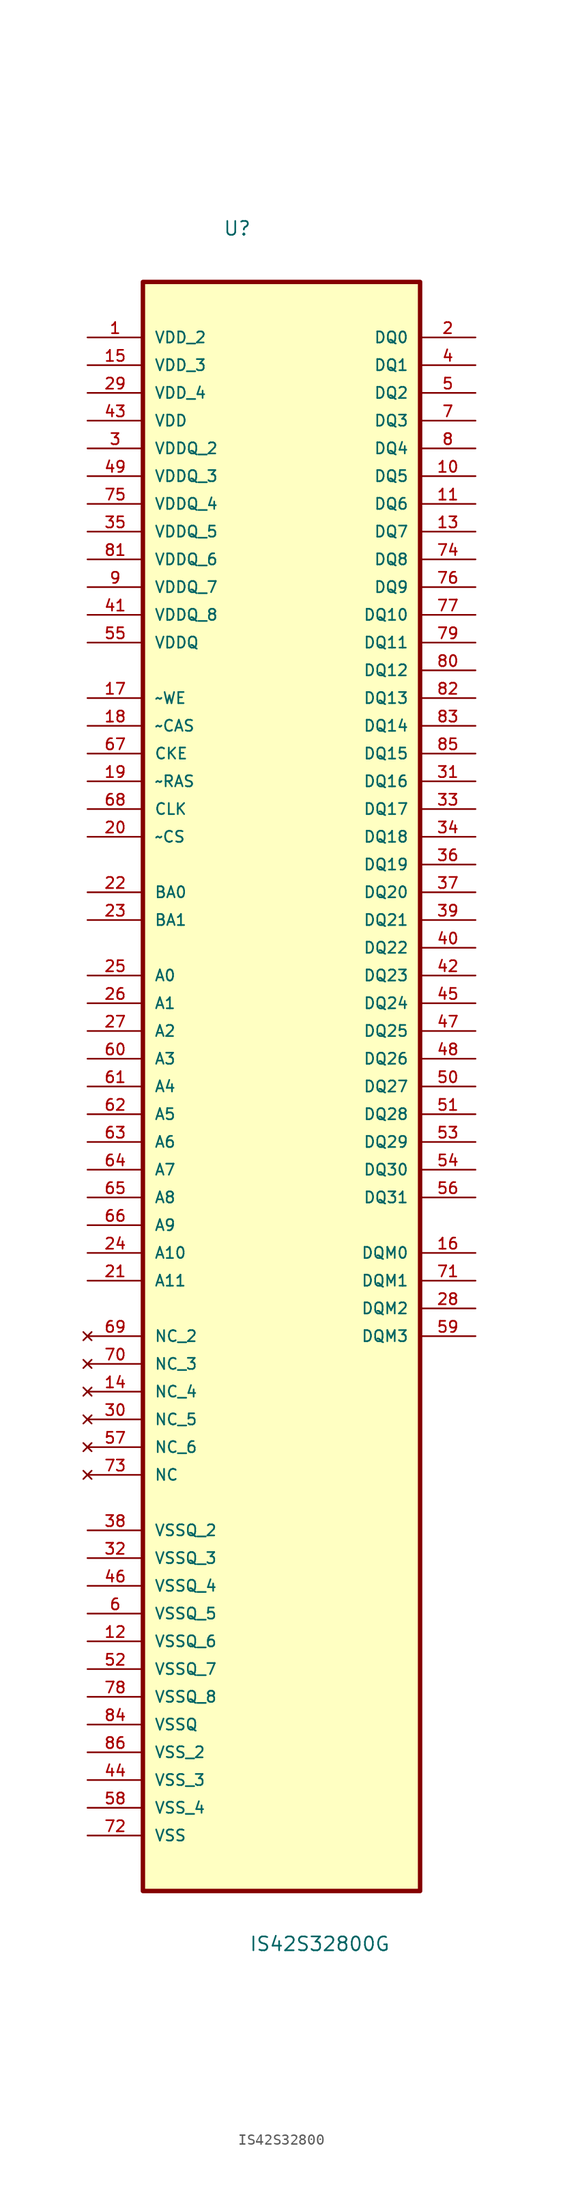
<source format=kicad_sym>
(kicad_symbol_lib
  (version 20231120)
  (generator "kicad_symbol_editor")
  (generator_version "8.0")
  (symbol "IS42S32800"
    (pin_names
      (offset 1.016))
    (property "Reference" "U"
      (at -5.367 75.27 0)
      (effects (font (size 1.27 1.27)) (justify left bottom)))
    (property "Value" "IS42S32800G"
      (at -2.977 -81.79 0)
      (effects (font (size 1.27 1.27)) (justify left bottom)))
    (symbol "IS42S32800_0_0"
      (rectangle (start -12.7 -76.2) (end 12.7 71.12) (stroke (width 0.406) (type default)) (fill (type background)))
      (pin power_in line (at -17.78 66.04 0) (length 5.08) (name "VDD_2" (effects (font (size 1.016 1.016)))) (number "1" (effects (font (size 1.016 1.016)))))
      (pin bidirectional line (at 17.78 53.34 180) (length 5.08) (name "DQ5" (effects (font (size 1.016 1.016)))) (number "10" (effects (font (size 1.016 1.016)))))
      (pin bidirectional line (at 17.78 50.8 180) (length 5.08) (name "DQ6" (effects (font (size 1.016 1.016)))) (number "11" (effects (font (size 1.016 1.016)))))
      (pin power_in line (at -17.78 -53.34 0) (length 5.08) (name "VSSQ_6" (effects (font (size 1.016 1.016)))) (number "12" (effects (font (size 1.016 1.016)))))
      (pin bidirectional line (at 17.78 48.26 180) (length 5.08) (name "DQ7" (effects (font (size 1.016 1.016)))) (number "13" (effects (font (size 1.016 1.016)))))
      (pin no_connect line (at -17.78 -30.48 0) (length 5.08) (name "NC_4" (effects (font (size 1.016 1.016)))) (number "14" (effects (font (size 1.016 1.016)))))
      (pin power_in line (at -17.78 63.5 0) (length 5.08) (name "VDD_3" (effects (font (size 1.016 1.016)))) (number "15" (effects (font (size 1.016 1.016)))))
      (pin bidirectional line (at 17.78 -17.78 180) (length 5.08) (name "DQM0" (effects (font (size 1.016 1.016)))) (number "16" (effects (font (size 1.016 1.016)))))
      (pin input line (at -17.78 33.02 0) (length 5.08) (name "~WE" (effects (font (size 1.016 1.016)))) (number "17" (effects (font (size 1.016 1.016)))))
      (pin input line (at -17.78 30.48 0) (length 5.08) (name "~CAS" (effects (font (size 1.016 1.016)))) (number "18" (effects (font (size 1.016 1.016)))))
      (pin input line (at -17.78 25.4 0) (length 5.08) (name "~RAS" (effects (font (size 1.016 1.016)))) (number "19" (effects (font (size 1.016 1.016)))))
      (pin bidirectional line (at 17.78 66.04 180) (length 5.08) (name "DQ0" (effects (font (size 1.016 1.016)))) (number "2" (effects (font (size 1.016 1.016)))))
      (pin input line (at -17.78 20.32 0) (length 5.08) (name "~CS" (effects (font (size 1.016 1.016)))) (number "20" (effects (font (size 1.016 1.016)))))
      (pin input line (at -17.78 -20.32 0) (length 5.08) (name "A11" (effects (font (size 1.016 1.016)))) (number "21" (effects (font (size 1.016 1.016)))))
      (pin input line (at -17.78 15.24 0) (length 5.08) (name "BA0" (effects (font (size 1.016 1.016)))) (number "22" (effects (font (size 1.016 1.016)))))
      (pin input line (at -17.78 12.7 0) (length 5.08) (name "BA1" (effects (font (size 1.016 1.016)))) (number "23" (effects (font (size 1.016 1.016)))))
      (pin input line (at -17.78 -17.78 0) (length 5.08) (name "A10" (effects (font (size 1.016 1.016)))) (number "24" (effects (font (size 1.016 1.016)))))
      (pin input line (at -17.78 7.62 0) (length 5.08) (name "A0" (effects (font (size 1.016 1.016)))) (number "25" (effects (font (size 1.016 1.016)))))
      (pin input line (at -17.78 5.08 0) (length 5.08) (name "A1" (effects (font (size 1.016 1.016)))) (number "26" (effects (font (size 1.016 1.016)))))
      (pin input line (at -17.78 2.54 0) (length 5.08) (name "A2" (effects (font (size 1.016 1.016)))) (number "27" (effects (font (size 1.016 1.016)))))
      (pin bidirectional line (at 17.78 -22.86 180) (length 5.08) (name "DQM2" (effects (font (size 1.016 1.016)))) (number "28" (effects (font (size 1.016 1.016)))))
      (pin power_in line (at -17.78 60.96 0) (length 5.08) (name "VDD_4" (effects (font (size 1.016 1.016)))) (number "29" (effects (font (size 1.016 1.016)))))
      (pin power_in line (at -17.78 55.88 0) (length 5.08) (name "VDDQ_2" (effects (font (size 1.016 1.016)))) (number "3" (effects (font (size 1.016 1.016)))))
      (pin no_connect line (at -17.78 -33.02 0) (length 5.08) (name "NC_5" (effects (font (size 1.016 1.016)))) (number "30" (effects (font (size 1.016 1.016)))))
      (pin bidirectional line (at 17.78 25.4 180) (length 5.08) (name "DQ16" (effects (font (size 1.016 1.016)))) (number "31" (effects (font (size 1.016 1.016)))))
      (pin power_in line (at -17.78 -45.72 0) (length 5.08) (name "VSSQ_3" (effects (font (size 1.016 1.016)))) (number "32" (effects (font (size 1.016 1.016)))))
      (pin bidirectional line (at 17.78 22.86 180) (length 5.08) (name "DQ17" (effects (font (size 1.016 1.016)))) (number "33" (effects (font (size 1.016 1.016)))))
      (pin bidirectional line (at 17.78 20.32 180) (length 5.08) (name "DQ18" (effects (font (size 1.016 1.016)))) (number "34" (effects (font (size 1.016 1.016)))))
      (pin power_in line (at -17.78 48.26 0) (length 5.08) (name "VDDQ_5" (effects (font (size 1.016 1.016)))) (number "35" (effects (font (size 1.016 1.016)))))
      (pin bidirectional line (at 17.78 17.78 180) (length 5.08) (name "DQ19" (effects (font (size 1.016 1.016)))) (number "36" (effects (font (size 1.016 1.016)))))
      (pin bidirectional line (at 17.78 15.24 180) (length 5.08) (name "DQ20" (effects (font (size 1.016 1.016)))) (number "37" (effects (font (size 1.016 1.016)))))
      (pin power_in line (at -17.78 -43.18 0) (length 5.08) (name "VSSQ_2" (effects (font (size 1.016 1.016)))) (number "38" (effects (font (size 1.016 1.016)))))
      (pin bidirectional line (at 17.78 12.7 180) (length 5.08) (name "DQ21" (effects (font (size 1.016 1.016)))) (number "39" (effects (font (size 1.016 1.016)))))
      (pin bidirectional line (at 17.78 63.5 180) (length 5.08) (name "DQ1" (effects (font (size 1.016 1.016)))) (number "4" (effects (font (size 1.016 1.016)))))
      (pin bidirectional line (at 17.78 10.16 180) (length 5.08) (name "DQ22" (effects (font (size 1.016 1.016)))) (number "40" (effects (font (size 1.016 1.016)))))
      (pin power_in line (at -17.78 40.64 0) (length 5.08) (name "VDDQ_8" (effects (font (size 1.016 1.016)))) (number "41" (effects (font (size 1.016 1.016)))))
      (pin bidirectional line (at 17.78 7.62 180) (length 5.08) (name "DQ23" (effects (font (size 1.016 1.016)))) (number "42" (effects (font (size 1.016 1.016)))))
      (pin power_in line (at -17.78 58.42 0) (length 5.08) (name "VDD" (effects (font (size 1.016 1.016)))) (number "43" (effects (font (size 1.016 1.016)))))
      (pin power_in line (at -17.78 -66.04 0) (length 5.08) (name "VSS_3" (effects (font (size 1.016 1.016)))) (number "44" (effects (font (size 1.016 1.016)))))
      (pin bidirectional line (at 17.78 5.08 180) (length 5.08) (name "DQ24" (effects (font (size 1.016 1.016)))) (number "45" (effects (font (size 1.016 1.016)))))
      (pin power_in line (at -17.78 -48.26 0) (length 5.08) (name "VSSQ_4" (effects (font (size 1.016 1.016)))) (number "46" (effects (font (size 1.016 1.016)))))
      (pin bidirectional line (at 17.78 2.54 180) (length 5.08) (name "DQ25" (effects (font (size 1.016 1.016)))) (number "47" (effects (font (size 1.016 1.016)))))
      (pin bidirectional line (at 17.78 0 180) (length 5.08) (name "DQ26" (effects (font (size 1.016 1.016)))) (number "48" (effects (font (size 1.016 1.016)))))
      (pin power_in line (at -17.78 53.34 0) (length 5.08) (name "VDDQ_3" (effects (font (size 1.016 1.016)))) (number "49" (effects (font (size 1.016 1.016)))))
      (pin bidirectional line (at 17.78 60.96 180) (length 5.08) (name "DQ2" (effects (font (size 1.016 1.016)))) (number "5" (effects (font (size 1.016 1.016)))))
      (pin bidirectional line (at 17.78 -2.54 180) (length 5.08) (name "DQ27" (effects (font (size 1.016 1.016)))) (number "50" (effects (font (size 1.016 1.016)))))
      (pin bidirectional line (at 17.78 -5.08 180) (length 5.08) (name "DQ28" (effects (font (size 1.016 1.016)))) (number "51" (effects (font (size 1.016 1.016)))))
      (pin power_in line (at -17.78 -55.88 0) (length 5.08) (name "VSSQ_7" (effects (font (size 1.016 1.016)))) (number "52" (effects (font (size 1.016 1.016)))))
      (pin bidirectional line (at 17.78 -7.62 180) (length 5.08) (name "DQ29" (effects (font (size 1.016 1.016)))) (number "53" (effects (font (size 1.016 1.016)))))
      (pin bidirectional line (at 17.78 -10.16 180) (length 5.08) (name "DQ30" (effects (font (size 1.016 1.016)))) (number "54" (effects (font (size 1.016 1.016)))))
      (pin power_in line (at -17.78 38.1 0) (length 5.08) (name "VDDQ" (effects (font (size 1.016 1.016)))) (number "55" (effects (font (size 1.016 1.016)))))
      (pin bidirectional line (at 17.78 -12.7 180) (length 5.08) (name "DQ31" (effects (font (size 1.016 1.016)))) (number "56" (effects (font (size 1.016 1.016)))))
      (pin no_connect line (at -17.78 -35.56 0) (length 5.08) (name "NC_6" (effects (font (size 1.016 1.016)))) (number "57" (effects (font (size 1.016 1.016)))))
      (pin power_in line (at -17.78 -68.58 0) (length 5.08) (name "VSS_4" (effects (font (size 1.016 1.016)))) (number "58" (effects (font (size 1.016 1.016)))))
      (pin bidirectional line (at 17.78 -25.4 180) (length 5.08) (name "DQM3" (effects (font (size 1.016 1.016)))) (number "59" (effects (font (size 1.016 1.016)))))
      (pin power_in line (at -17.78 -50.8 0) (length 5.08) (name "VSSQ_5" (effects (font (size 1.016 1.016)))) (number "6" (effects (font (size 1.016 1.016)))))
      (pin input line (at -17.78 0 0) (length 5.08) (name "A3" (effects (font (size 1.016 1.016)))) (number "60" (effects (font (size 1.016 1.016)))))
      (pin input line (at -17.78 -2.54 0) (length 5.08) (name "A4" (effects (font (size 1.016 1.016)))) (number "61" (effects (font (size 1.016 1.016)))))
      (pin input line (at -17.78 -5.08 0) (length 5.08) (name "A5" (effects (font (size 1.016 1.016)))) (number "62" (effects (font (size 1.016 1.016)))))
      (pin input line (at -17.78 -7.62 0) (length 5.08) (name "A6" (effects (font (size 1.016 1.016)))) (number "63" (effects (font (size 1.016 1.016)))))
      (pin input line (at -17.78 -10.16 0) (length 5.08) (name "A7" (effects (font (size 1.016 1.016)))) (number "64" (effects (font (size 1.016 1.016)))))
      (pin input line (at -17.78 -12.7 0) (length 5.08) (name "A8" (effects (font (size 1.016 1.016)))) (number "65" (effects (font (size 1.016 1.016)))))
      (pin input line (at -17.78 -15.24 0) (length 5.08) (name "A9" (effects (font (size 1.016 1.016)))) (number "66" (effects (font (size 1.016 1.016)))))
      (pin input line (at -17.78 27.94 0) (length 5.08) (name "CKE" (effects (font (size 1.016 1.016)))) (number "67" (effects (font (size 1.016 1.016)))))
      (pin input line (at -17.78 22.86 0) (length 5.08) (name "CLK" (effects (font (size 1.016 1.016)))) (number "68" (effects (font (size 1.016 1.016)))))
      (pin no_connect line (at -17.78 -25.4 0) (length 5.08) (name "NC_2" (effects (font (size 1.016 1.016)))) (number "69" (effects (font (size 1.016 1.016)))))
      (pin bidirectional line (at 17.78 58.42 180) (length 5.08) (name "DQ3" (effects (font (size 1.016 1.016)))) (number "7" (effects (font (size 1.016 1.016)))))
      (pin no_connect line (at -17.78 -27.94 0) (length 5.08) (name "NC_3" (effects (font (size 1.016 1.016)))) (number "70" (effects (font (size 1.016 1.016)))))
      (pin bidirectional line (at 17.78 -20.32 180) (length 5.08) (name "DQM1" (effects (font (size 1.016 1.016)))) (number "71" (effects (font (size 1.016 1.016)))))
      (pin power_in line (at -17.78 -71.12 0) (length 5.08) (name "VSS" (effects (font (size 1.016 1.016)))) (number "72" (effects (font (size 1.016 1.016)))))
      (pin no_connect line (at -17.78 -38.1 0) (length 5.08) (name "NC" (effects (font (size 1.016 1.016)))) (number "73" (effects (font (size 1.016 1.016)))))
      (pin bidirectional line (at 17.78 45.72 180) (length 5.08) (name "DQ8" (effects (font (size 1.016 1.016)))) (number "74" (effects (font (size 1.016 1.016)))))
      (pin power_in line (at -17.78 50.8 0) (length 5.08) (name "VDDQ_4" (effects (font (size 1.016 1.016)))) (number "75" (effects (font (size 1.016 1.016)))))
      (pin bidirectional line (at 17.78 43.18 180) (length 5.08) (name "DQ9" (effects (font (size 1.016 1.016)))) (number "76" (effects (font (size 1.016 1.016)))))
      (pin bidirectional line (at 17.78 40.64 180) (length 5.08) (name "DQ10" (effects (font (size 1.016 1.016)))) (number "77" (effects (font (size 1.016 1.016)))))
      (pin power_in line (at -17.78 -58.42 0) (length 5.08) (name "VSSQ_8" (effects (font (size 1.016 1.016)))) (number "78" (effects (font (size 1.016 1.016)))))
      (pin bidirectional line (at 17.78 38.1 180) (length 5.08) (name "DQ11" (effects (font (size 1.016 1.016)))) (number "79" (effects (font (size 1.016 1.016)))))
      (pin bidirectional line (at 17.78 55.88 180) (length 5.08) (name "DQ4" (effects (font (size 1.016 1.016)))) (number "8" (effects (font (size 1.016 1.016)))))
      (pin bidirectional line (at 17.78 35.56 180) (length 5.08) (name "DQ12" (effects (font (size 1.016 1.016)))) (number "80" (effects (font (size 1.016 1.016)))))
      (pin power_in line (at -17.78 45.72 0) (length 5.08) (name "VDDQ_6" (effects (font (size 1.016 1.016)))) (number "81" (effects (font (size 1.016 1.016)))))
      (pin bidirectional line (at 17.78 33.02 180) (length 5.08) (name "DQ13" (effects (font (size 1.016 1.016)))) (number "82" (effects (font (size 1.016 1.016)))))
      (pin bidirectional line (at 17.78 30.48 180) (length 5.08) (name "DQ14" (effects (font (size 1.016 1.016)))) (number "83" (effects (font (size 1.016 1.016)))))
      (pin power_in line (at -17.78 -60.96 0) (length 5.08) (name "VSSQ" (effects (font (size 1.016 1.016)))) (number "84" (effects (font (size 1.016 1.016)))))
      (pin bidirectional line (at 17.78 27.94 180) (length 5.08) (name "DQ15" (effects (font (size 1.016 1.016)))) (number "85" (effects (font (size 1.016 1.016)))))
      (pin power_in line (at -17.78 -63.5 0) (length 5.08) (name "VSS_2" (effects (font (size 1.016 1.016)))) (number "86" (effects (font (size 1.016 1.016)))))
      (pin power_in line (at -17.78 43.18 0) (length 5.08) (name "VDDQ_7" (effects (font (size 1.016 1.016)))) (number "9" (effects (font (size 1.016 1.016))))))))
</source>
